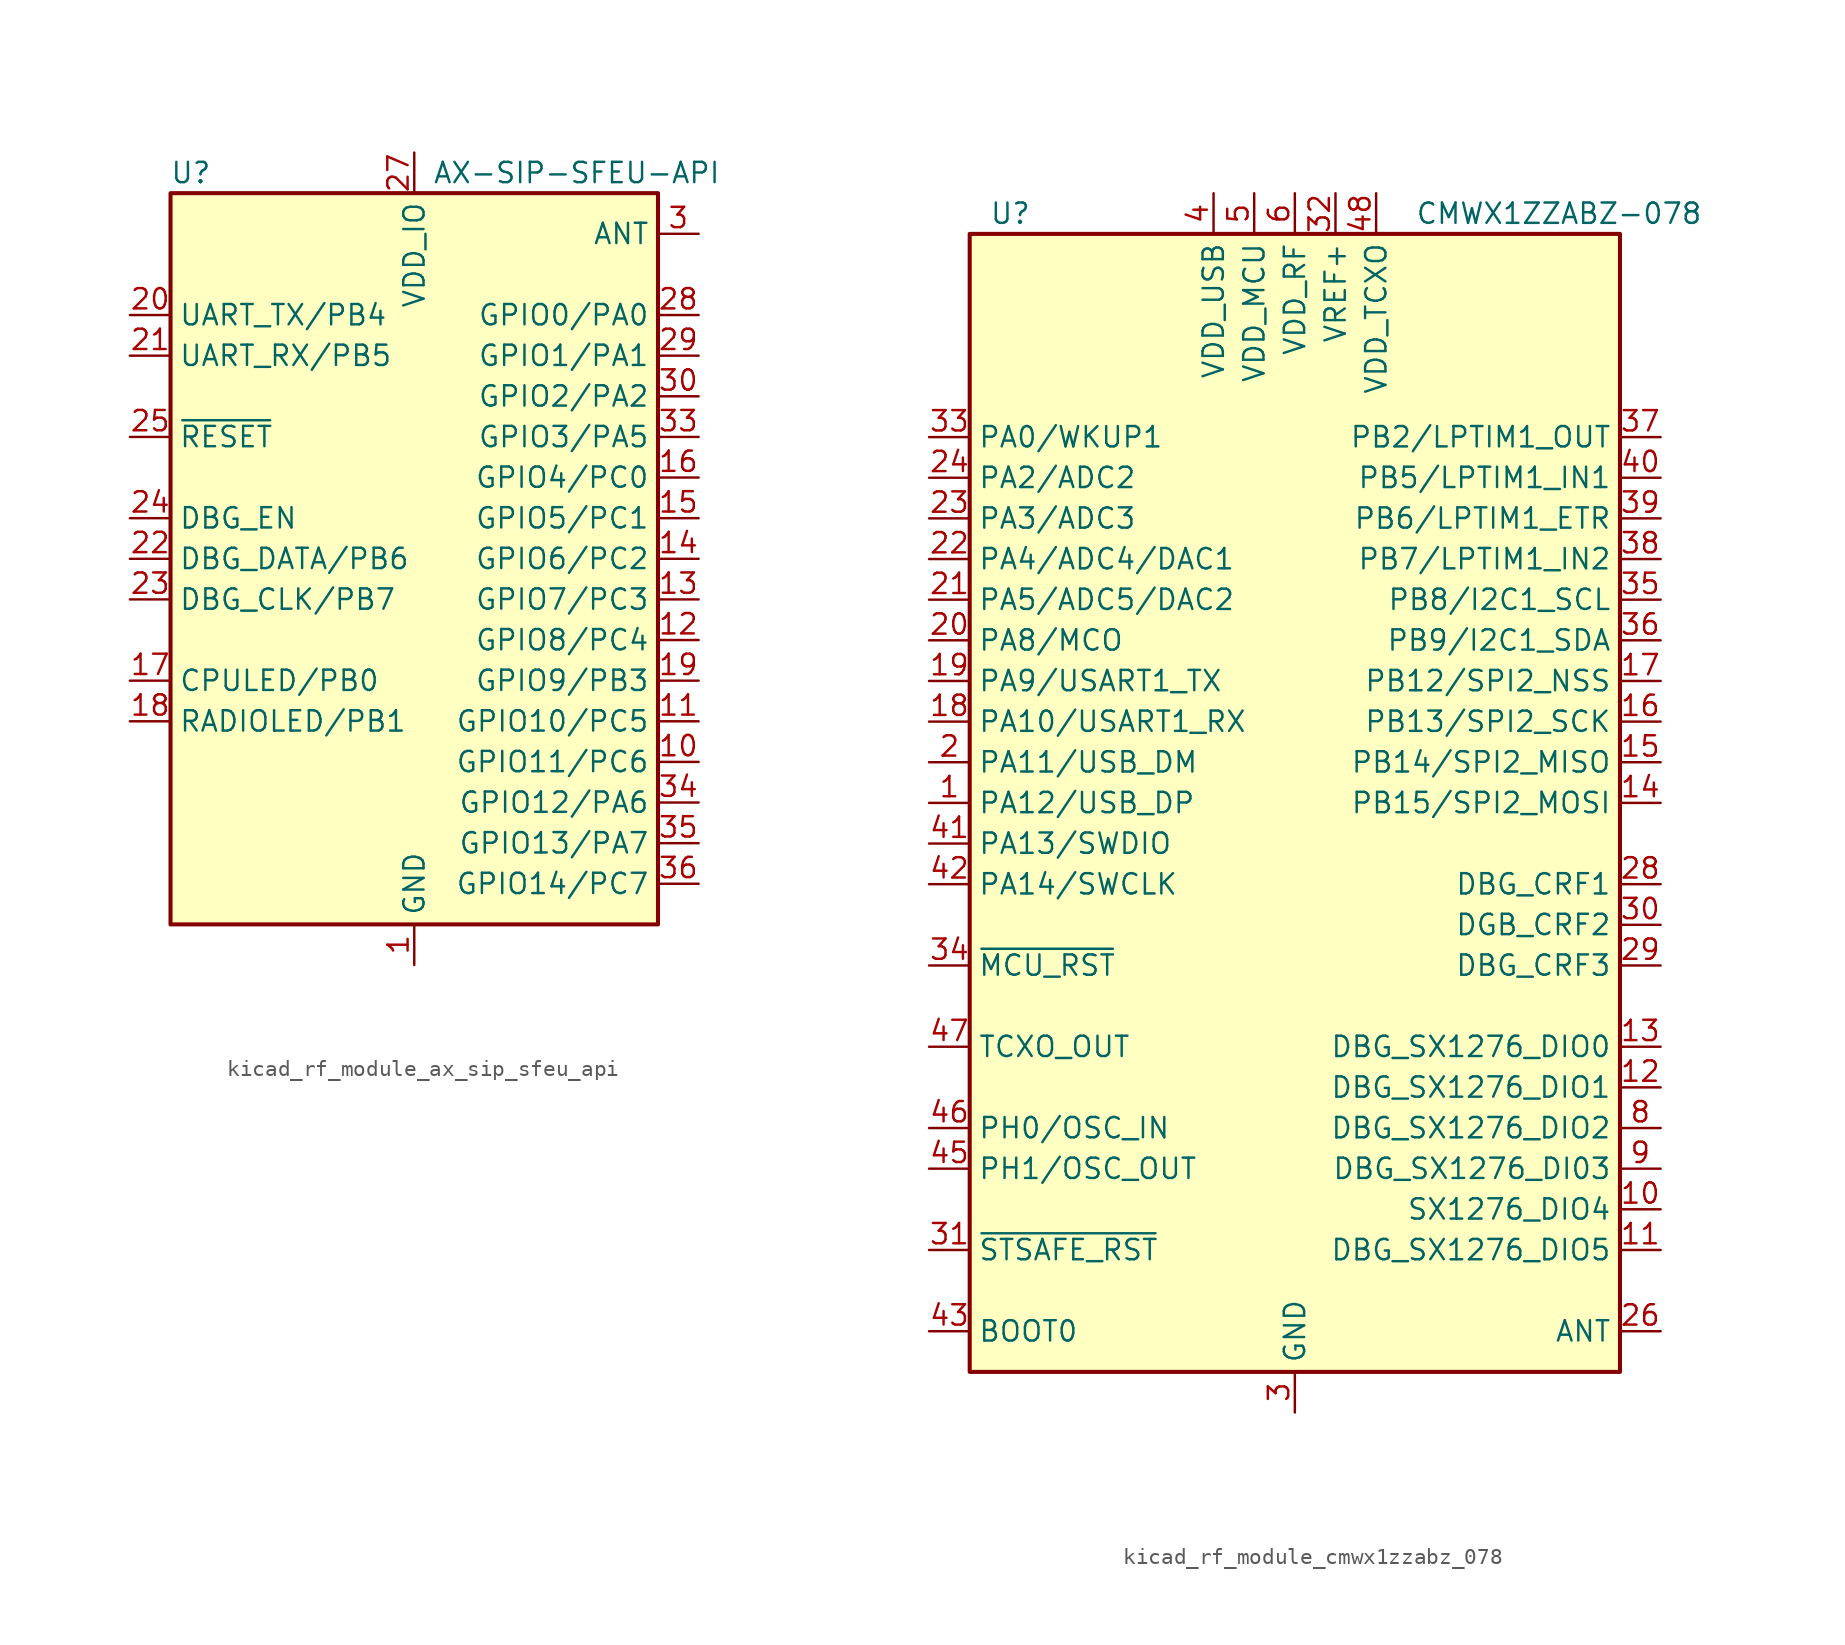
<source format=kicad_sym>
(kicad_symbol_lib
  (version 20220914)
  (generator kicad_symbol_editor)
  (symbol "kicad_rf_module_ax_sip_sfeu_api"
    (property "Reference" "U"
      (at -13.97 24.13 0)
      (effects (font (size 1.27 1.27))))
    (property "Value" "AX-SIP-SFEU-API"
      (at 10.16 24.13 0)
      (effects (font (size 1.27 1.27))))
    (symbol "kicad_rf_module_ax_sip_sfeu_api_0_1"
      (rectangle (start -15.24 22.86) (end 15.24 -22.86) (stroke (width 0.254) (type default)) (fill (type background))))
    (symbol "kicad_rf_module_ax_sip_sfeu_api_1_1"
      (pin power_in line (at 0 -25.4 90) (length 2.54) (name "GND" (effects (font (size 1.27 1.27)))) (number "1" (effects (font (size 1.27 1.27)))))
      (pin bidirectional line (at 17.78 -12.7 180) (length 2.54) (name "GPIO11/PC6" (effects (font (size 1.27 1.27)))) (number "10" (effects (font (size 1.27 1.27)))))
      (pin bidirectional line (at 17.78 -10.16 180) (length 2.54) (name "GPIO10/PC5" (effects (font (size 1.27 1.27)))) (number "11" (effects (font (size 1.27 1.27)))))
      (pin bidirectional line (at 17.78 -5.08 180) (length 2.54) (name "GPIO8/PC4" (effects (font (size 1.27 1.27)))) (number "12" (effects (font (size 1.27 1.27)))))
      (pin bidirectional line (at 17.78 -2.54 180) (length 2.54) (name "GPIO7/PC3" (effects (font (size 1.27 1.27)))) (number "13" (effects (font (size 1.27 1.27)))))
      (pin bidirectional line (at 17.78 0 180) (length 2.54) (name "GPIO6/PC2" (effects (font (size 1.27 1.27)))) (number "14" (effects (font (size 1.27 1.27)))))
      (pin bidirectional line (at 17.78 2.54 180) (length 2.54) (name "GPIO5/PC1" (effects (font (size 1.27 1.27)))) (number "15" (effects (font (size 1.27 1.27)))))
      (pin bidirectional line (at 17.78 5.08 180) (length 2.54) (name "GPIO4/PC0" (effects (font (size 1.27 1.27)))) (number "16" (effects (font (size 1.27 1.27)))))
      (pin output line (at -17.78 -7.62 0) (length 2.54) (name "CPULED/PB0" (effects (font (size 1.27 1.27)))) (number "17" (effects (font (size 1.27 1.27)))))
      (pin output line (at -17.78 -10.16 0) (length 2.54) (name "RADIOLED/PB1" (effects (font (size 1.27 1.27)))) (number "18" (effects (font (size 1.27 1.27)))))
      (pin bidirectional line (at 17.78 -7.62 180) (length 2.54) (name "GPIO9/PB3" (effects (font (size 1.27 1.27)))) (number "19" (effects (font (size 1.27 1.27)))))
      (pin passive line (at 0 -25.4 90) (length 2.54) hide (name "GND" (effects (font (size 1.27 1.27)))) (number "2" (effects (font (size 1.27 1.27)))))
      (pin output line (at -17.78 15.24 0) (length 2.54) (name "UART_TX/PB4" (effects (font (size 1.27 1.27)))) (number "20" (effects (font (size 1.27 1.27)))))
      (pin input line (at -17.78 12.7 0) (length 2.54) (name "UART_RX/PB5" (effects (font (size 1.27 1.27)))) (number "21" (effects (font (size 1.27 1.27)))))
      (pin bidirectional line (at -17.78 0 0) (length 2.54) (name "DBG_DATA/PB6" (effects (font (size 1.27 1.27)))) (number "22" (effects (font (size 1.27 1.27)))))
      (pin input line (at -17.78 -2.54 0) (length 2.54) (name "DBG_CLK/PB7" (effects (font (size 1.27 1.27)))) (number "23" (effects (font (size 1.27 1.27)))))
      (pin input line (at -17.78 2.54 0) (length 2.54) (name "DBG_EN" (effects (font (size 1.27 1.27)))) (number "24" (effects (font (size 1.27 1.27)))))
      (pin input line (at -17.78 7.62 0) (length 2.54) (name "~{RESET}" (effects (font (size 1.27 1.27)))) (number "25" (effects (font (size 1.27 1.27)))))
      (pin passive line (at 0 -25.4 90) (length 2.54) hide (name "GND" (effects (font (size 1.27 1.27)))) (number "26" (effects (font (size 1.27 1.27)))))
      (pin power_in line (at 0 25.4 270) (length 2.54) (name "VDD_IO" (effects (font (size 1.27 1.27)))) (number "27" (effects (font (size 1.27 1.27)))))
      (pin bidirectional line (at 17.78 15.24 180) (length 2.54) (name "GPIO0/PA0" (effects (font (size 1.27 1.27)))) (number "28" (effects (font (size 1.27 1.27)))))
      (pin bidirectional line (at 17.78 12.7 180) (length 2.54) (name "GPIO1/PA1" (effects (font (size 1.27 1.27)))) (number "29" (effects (font (size 1.27 1.27)))))
      (pin passive line (at 17.78 20.32 180) (length 2.54) (name "ANT" (effects (font (size 1.27 1.27)))) (number "3" (effects (font (size 1.27 1.27)))))
      (pin bidirectional line (at 17.78 10.16 180) (length 2.54) (name "GPIO2/PA2" (effects (font (size 1.27 1.27)))) (number "30" (effects (font (size 1.27 1.27)))))
      (pin no_connect line (at 2.54 22.86 270) (length 2.54) hide (name "NC" (effects (font (size 1.27 1.27)))) (number "31" (effects (font (size 1.27 1.27)))))
      (pin no_connect line (at 5.08 22.86 270) (length 2.54) hide (name "NC" (effects (font (size 1.27 1.27)))) (number "32" (effects (font (size 1.27 1.27)))))
      (pin bidirectional line (at 17.78 7.62 180) (length 2.54) (name "GPIO3/PA5" (effects (font (size 1.27 1.27)))) (number "33" (effects (font (size 1.27 1.27)))))
      (pin bidirectional line (at 17.78 -15.24 180) (length 2.54) (name "GPIO12/PA6" (effects (font (size 1.27 1.27)))) (number "34" (effects (font (size 1.27 1.27)))))
      (pin bidirectional line (at 17.78 -17.78 180) (length 2.54) (name "GPIO13/PA7" (effects (font (size 1.27 1.27)))) (number "35" (effects (font (size 1.27 1.27)))))
      (pin bidirectional line (at 17.78 -20.32 180) (length 2.54) (name "GPIO14/PC7" (effects (font (size 1.27 1.27)))) (number "36" (effects (font (size 1.27 1.27)))))
      (pin no_connect line (at 7.62 22.86 270) (length 2.54) hide (name "NC" (effects (font (size 1.27 1.27)))) (number "37" (effects (font (size 1.27 1.27)))))
      (pin no_connect line (at 10.16 22.86 270) (length 2.54) hide (name "NC" (effects (font (size 1.27 1.27)))) (number "38" (effects (font (size 1.27 1.27)))))
      (pin passive line (at 0 -25.4 90) (length 2.54) hide (name "GND" (effects (font (size 1.27 1.27)))) (number "39" (effects (font (size 1.27 1.27)))))
      (pin passive line (at 0 -25.4 90) (length 2.54) hide (name "GND" (effects (font (size 1.27 1.27)))) (number "4" (effects (font (size 1.27 1.27)))))
      (pin passive line (at 0 -25.4 90) (length 2.54) hide (name "GND" (effects (font (size 1.27 1.27)))) (number "40" (effects (font (size 1.27 1.27)))))
      (pin passive line (at 0 -25.4 90) (length 2.54) hide (name "GND" (effects (font (size 1.27 1.27)))) (number "41" (effects (font (size 1.27 1.27)))))
      (pin passive line (at 0 -25.4 90) (length 2.54) hide (name "GND" (effects (font (size 1.27 1.27)))) (number "42" (effects (font (size 1.27 1.27)))))
      (pin passive line (at 0 -25.4 90) (length 2.54) hide (name "GND" (effects (font (size 1.27 1.27)))) (number "43" (effects (font (size 1.27 1.27)))))
      (pin passive line (at 0 -25.4 90) (length 2.54) hide (name "GND" (effects (font (size 1.27 1.27)))) (number "44" (effects (font (size 1.27 1.27)))))
      (pin no_connect line (at -10.16 22.86 270) (length 2.54) hide (name "NC" (effects (font (size 1.27 1.27)))) (number "5" (effects (font (size 1.27 1.27)))))
      (pin passive line (at 0 -25.4 90) (length 2.54) hide (name "GND" (effects (font (size 1.27 1.27)))) (number "6" (effects (font (size 1.27 1.27)))))
      (pin no_connect line (at -7.62 22.86 270) (length 2.54) hide (name "NC" (effects (font (size 1.27 1.27)))) (number "7" (effects (font (size 1.27 1.27)))))
      (pin no_connect line (at -5.08 22.86 270) (length 2.54) hide (name "NC" (effects (font (size 1.27 1.27)))) (number "8" (effects (font (size 1.27 1.27)))))
      (pin no_connect line (at -2.54 22.86 270) (length 2.54) hide (name "NC" (effects (font (size 1.27 1.27)))) (number "9" (effects (font (size 1.27 1.27)))))))
  (symbol "kicad_rf_module_cmwx1zzabz_078"
    (property "Reference" "U"
      (at -17.78 36.83 0)
      (effects (font (size 1.27 1.27))))
    (property "Value" "CMWX1ZZABZ-078"
      (at 16.51 36.83 0)
      (effects (font (size 1.27 1.27))))
    (symbol "kicad_rf_module_cmwx1zzabz_078_0_1"
      (rectangle (start -20.32 35.56) (end 20.32 -35.56) (stroke (width 0.254) (type default)) (fill (type background))))
    (symbol "kicad_rf_module_cmwx1zzabz_078_1_1"
      (pin bidirectional line (at -22.86 0 0) (length 2.54) (name "PA12/USB_DP" (effects (font (size 1.27 1.27)))) (number "1" (effects (font (size 1.27 1.27)))))
      (pin bidirectional line (at 22.86 -25.4 180) (length 2.54) (name "SX1276_DIO4" (effects (font (size 1.27 1.27)))) (number "10" (effects (font (size 1.27 1.27)))))
      (pin bidirectional line (at 22.86 -27.94 180) (length 2.54) (name "DBG_SX1276_DIO5" (effects (font (size 1.27 1.27)))) (number "11" (effects (font (size 1.27 1.27)))))
      (pin bidirectional line (at 22.86 -17.78 180) (length 2.54) (name "DBG_SX1276_DIO1" (effects (font (size 1.27 1.27)))) (number "12" (effects (font (size 1.27 1.27)))))
      (pin bidirectional line (at 22.86 -15.24 180) (length 2.54) (name "DBG_SX1276_DIO0" (effects (font (size 1.27 1.27)))) (number "13" (effects (font (size 1.27 1.27)))))
      (pin bidirectional line (at 22.86 0 180) (length 2.54) (name "PB15/SPI2_MOSI" (effects (font (size 1.27 1.27)))) (number "14" (effects (font (size 1.27 1.27)))))
      (pin bidirectional line (at 22.86 2.54 180) (length 2.54) (name "PB14/SPI2_MISO" (effects (font (size 1.27 1.27)))) (number "15" (effects (font (size 1.27 1.27)))))
      (pin bidirectional line (at 22.86 5.08 180) (length 2.54) (name "PB13/SPI2_SCK" (effects (font (size 1.27 1.27)))) (number "16" (effects (font (size 1.27 1.27)))))
      (pin bidirectional line (at 22.86 7.62 180) (length 2.54) (name "PB12/SPI2_NSS" (effects (font (size 1.27 1.27)))) (number "17" (effects (font (size 1.27 1.27)))))
      (pin bidirectional line (at -22.86 5.08 0) (length 2.54) (name "PA10/USART1_RX" (effects (font (size 1.27 1.27)))) (number "18" (effects (font (size 1.27 1.27)))))
      (pin bidirectional line (at -22.86 7.62 0) (length 2.54) (name "PA9/USART1_TX" (effects (font (size 1.27 1.27)))) (number "19" (effects (font (size 1.27 1.27)))))
      (pin bidirectional line (at -22.86 2.54 0) (length 2.54) (name "PA11/USB_DM" (effects (font (size 1.27 1.27)))) (number "2" (effects (font (size 1.27 1.27)))))
      (pin bidirectional line (at -22.86 10.16 0) (length 2.54) (name "PA8/MCO" (effects (font (size 1.27 1.27)))) (number "20" (effects (font (size 1.27 1.27)))))
      (pin bidirectional line (at -22.86 12.7 0) (length 2.54) (name "PA5/ADC5/DAC2" (effects (font (size 1.27 1.27)))) (number "21" (effects (font (size 1.27 1.27)))))
      (pin bidirectional line (at -22.86 15.24 0) (length 2.54) (name "PA4/ADC4/DAC1" (effects (font (size 1.27 1.27)))) (number "22" (effects (font (size 1.27 1.27)))))
      (pin bidirectional line (at -22.86 17.78 0) (length 2.54) (name "PA3/ADC3" (effects (font (size 1.27 1.27)))) (number "23" (effects (font (size 1.27 1.27)))))
      (pin bidirectional line (at -22.86 20.32 0) (length 2.54) (name "PA2/ADC2" (effects (font (size 1.27 1.27)))) (number "24" (effects (font (size 1.27 1.27)))))
      (pin passive line (at 0 -38.1 90) (length 2.54) hide (name "GND" (effects (font (size 1.27 1.27)))) (number "25" (effects (font (size 1.27 1.27)))))
      (pin passive line (at 22.86 -33.02 180) (length 2.54) (name "ANT" (effects (font (size 1.27 1.27)))) (number "26" (effects (font (size 1.27 1.27)))))
      (pin passive line (at 0 -38.1 90) (length 2.54) hide (name "GND" (effects (font (size 1.27 1.27)))) (number "27" (effects (font (size 1.27 1.27)))))
      (pin passive line (at 22.86 -5.08 180) (length 2.54) (name "DBG_CRF1" (effects (font (size 1.27 1.27)))) (number "28" (effects (font (size 1.27 1.27)))))
      (pin passive line (at 22.86 -10.16 180) (length 2.54) (name "DBG_CRF3" (effects (font (size 1.27 1.27)))) (number "29" (effects (font (size 1.27 1.27)))))
      (pin power_in line (at 0 -38.1 90) (length 2.54) (name "GND" (effects (font (size 1.27 1.27)))) (number "3" (effects (font (size 1.27 1.27)))))
      (pin passive line (at 22.86 -7.62 180) (length 2.54) (name "DGB_CRF2" (effects (font (size 1.27 1.27)))) (number "30" (effects (font (size 1.27 1.27)))))
      (pin passive line (at -22.86 -27.94 0) (length 2.54) (name "~{STSAFE_RST}" (effects (font (size 1.27 1.27)))) (number "31" (effects (font (size 1.27 1.27)))))
      (pin power_in line (at 2.54 38.1 270) (length 2.54) (name "VREF+" (effects (font (size 1.27 1.27)))) (number "32" (effects (font (size 1.27 1.27)))))
      (pin bidirectional line (at -22.86 22.86 0) (length 2.54) (name "PA0/WKUP1" (effects (font (size 1.27 1.27)))) (number "33" (effects (font (size 1.27 1.27)))))
      (pin input line (at -22.86 -10.16 0) (length 2.54) (name "~{MCU_RST}" (effects (font (size 1.27 1.27)))) (number "34" (effects (font (size 1.27 1.27)))))
      (pin bidirectional line (at 22.86 12.7 180) (length 2.54) (name "PB8/I2C1_SCL" (effects (font (size 1.27 1.27)))) (number "35" (effects (font (size 1.27 1.27)))))
      (pin bidirectional line (at 22.86 10.16 180) (length 2.54) (name "PB9/I2C1_SDA" (effects (font (size 1.27 1.27)))) (number "36" (effects (font (size 1.27 1.27)))))
      (pin bidirectional line (at 22.86 22.86 180) (length 2.54) (name "PB2/LPTIM1_OUT" (effects (font (size 1.27 1.27)))) (number "37" (effects (font (size 1.27 1.27)))))
      (pin bidirectional line (at 22.86 15.24 180) (length 2.54) (name "PB7/LPTIM1_IN2" (effects (font (size 1.27 1.27)))) (number "38" (effects (font (size 1.27 1.27)))))
      (pin bidirectional line (at 22.86 17.78 180) (length 2.54) (name "PB6/LPTIM1_ETR" (effects (font (size 1.27 1.27)))) (number "39" (effects (font (size 1.27 1.27)))))
      (pin power_in line (at -5.08 38.1 270) (length 2.54) (name "VDD_USB" (effects (font (size 1.27 1.27)))) (number "4" (effects (font (size 1.27 1.27)))))
      (pin bidirectional line (at 22.86 20.32 180) (length 2.54) (name "PB5/LPTIM1_IN1" (effects (font (size 1.27 1.27)))) (number "40" (effects (font (size 1.27 1.27)))))
      (pin bidirectional line (at -22.86 -2.54 0) (length 2.54) (name "PA13/SWDIO" (effects (font (size 1.27 1.27)))) (number "41" (effects (font (size 1.27 1.27)))))
      (pin bidirectional line (at -22.86 -5.08 0) (length 2.54) (name "PA14/SWCLK" (effects (font (size 1.27 1.27)))) (number "42" (effects (font (size 1.27 1.27)))))
      (pin input line (at -22.86 -33.02 0) (length 2.54) (name "BOOT0" (effects (font (size 1.27 1.27)))) (number "43" (effects (font (size 1.27 1.27)))))
      (pin passive line (at 0 -38.1 90) (length 2.54) hide (name "GND" (effects (font (size 1.27 1.27)))) (number "44" (effects (font (size 1.27 1.27)))))
      (pin bidirectional line (at -22.86 -22.86 0) (length 2.54) (name "PH1/OSC_OUT" (effects (font (size 1.27 1.27)))) (number "45" (effects (font (size 1.27 1.27)))))
      (pin bidirectional line (at -22.86 -20.32 0) (length 2.54) (name "PH0/OSC_IN" (effects (font (size 1.27 1.27)))) (number "46" (effects (font (size 1.27 1.27)))))
      (pin output line (at -22.86 -15.24 0) (length 2.54) (name "TCXO_OUT" (effects (font (size 1.27 1.27)))) (number "47" (effects (font (size 1.27 1.27)))))
      (pin power_in line (at 5.08 38.1 270) (length 2.54) (name "VDD_TCXO" (effects (font (size 1.27 1.27)))) (number "48" (effects (font (size 1.27 1.27)))))
      (pin passive line (at 0 -38.1 90) (length 2.54) hide (name "GND" (effects (font (size 1.27 1.27)))) (number "49" (effects (font (size 1.27 1.27)))))
      (pin power_in line (at -2.54 38.1 270) (length 2.54) (name "VDD_MCU" (effects (font (size 1.27 1.27)))) (number "5" (effects (font (size 1.27 1.27)))))
      (pin passive line (at 0 -38.1 90) (length 2.54) hide (name "GND" (effects (font (size 1.27 1.27)))) (number "50" (effects (font (size 1.27 1.27)))))
      (pin passive line (at 0 -38.1 90) (length 2.54) hide (name "GND" (effects (font (size 1.27 1.27)))) (number "51" (effects (font (size 1.27 1.27)))))
      (pin passive line (at 0 -38.1 90) (length 2.54) hide (name "GND" (effects (font (size 1.27 1.27)))) (number "52" (effects (font (size 1.27 1.27)))))
      (pin passive line (at 0 -38.1 90) (length 2.54) hide (name "GND" (effects (font (size 1.27 1.27)))) (number "53" (effects (font (size 1.27 1.27)))))
      (pin passive line (at 0 -38.1 90) (length 2.54) hide (name "GND" (effects (font (size 1.27 1.27)))) (number "54" (effects (font (size 1.27 1.27)))))
      (pin passive line (at 0 -38.1 90) (length 2.54) hide (name "GND" (effects (font (size 1.27 1.27)))) (number "55" (effects (font (size 1.27 1.27)))))
      (pin passive line (at 0 -38.1 90) (length 2.54) hide (name "GND" (effects (font (size 1.27 1.27)))) (number "56" (effects (font (size 1.27 1.27)))))
      (pin passive line (at 0 -38.1 90) (length 2.54) hide (name "GND" (effects (font (size 1.27 1.27)))) (number "57" (effects (font (size 1.27 1.27)))))
      (pin power_in line (at 0 38.1 270) (length 2.54) (name "VDD_RF" (effects (font (size 1.27 1.27)))) (number "6" (effects (font (size 1.27 1.27)))))
      (pin passive line (at 0 -38.1 90) (length 2.54) hide (name "GND" (effects (font (size 1.27 1.27)))) (number "7" (effects (font (size 1.27 1.27)))))
      (pin bidirectional line (at 22.86 -20.32 180) (length 2.54) (name "DBG_SX1276_DIO2" (effects (font (size 1.27 1.27)))) (number "8" (effects (font (size 1.27 1.27)))))
      (pin bidirectional line (at 22.86 -22.86 180) (length 2.54) (name "DBG_SX1276_DI03" (effects (font (size 1.27 1.27)))) (number "9" (effects (font (size 1.27 1.27))))))))
</source>
